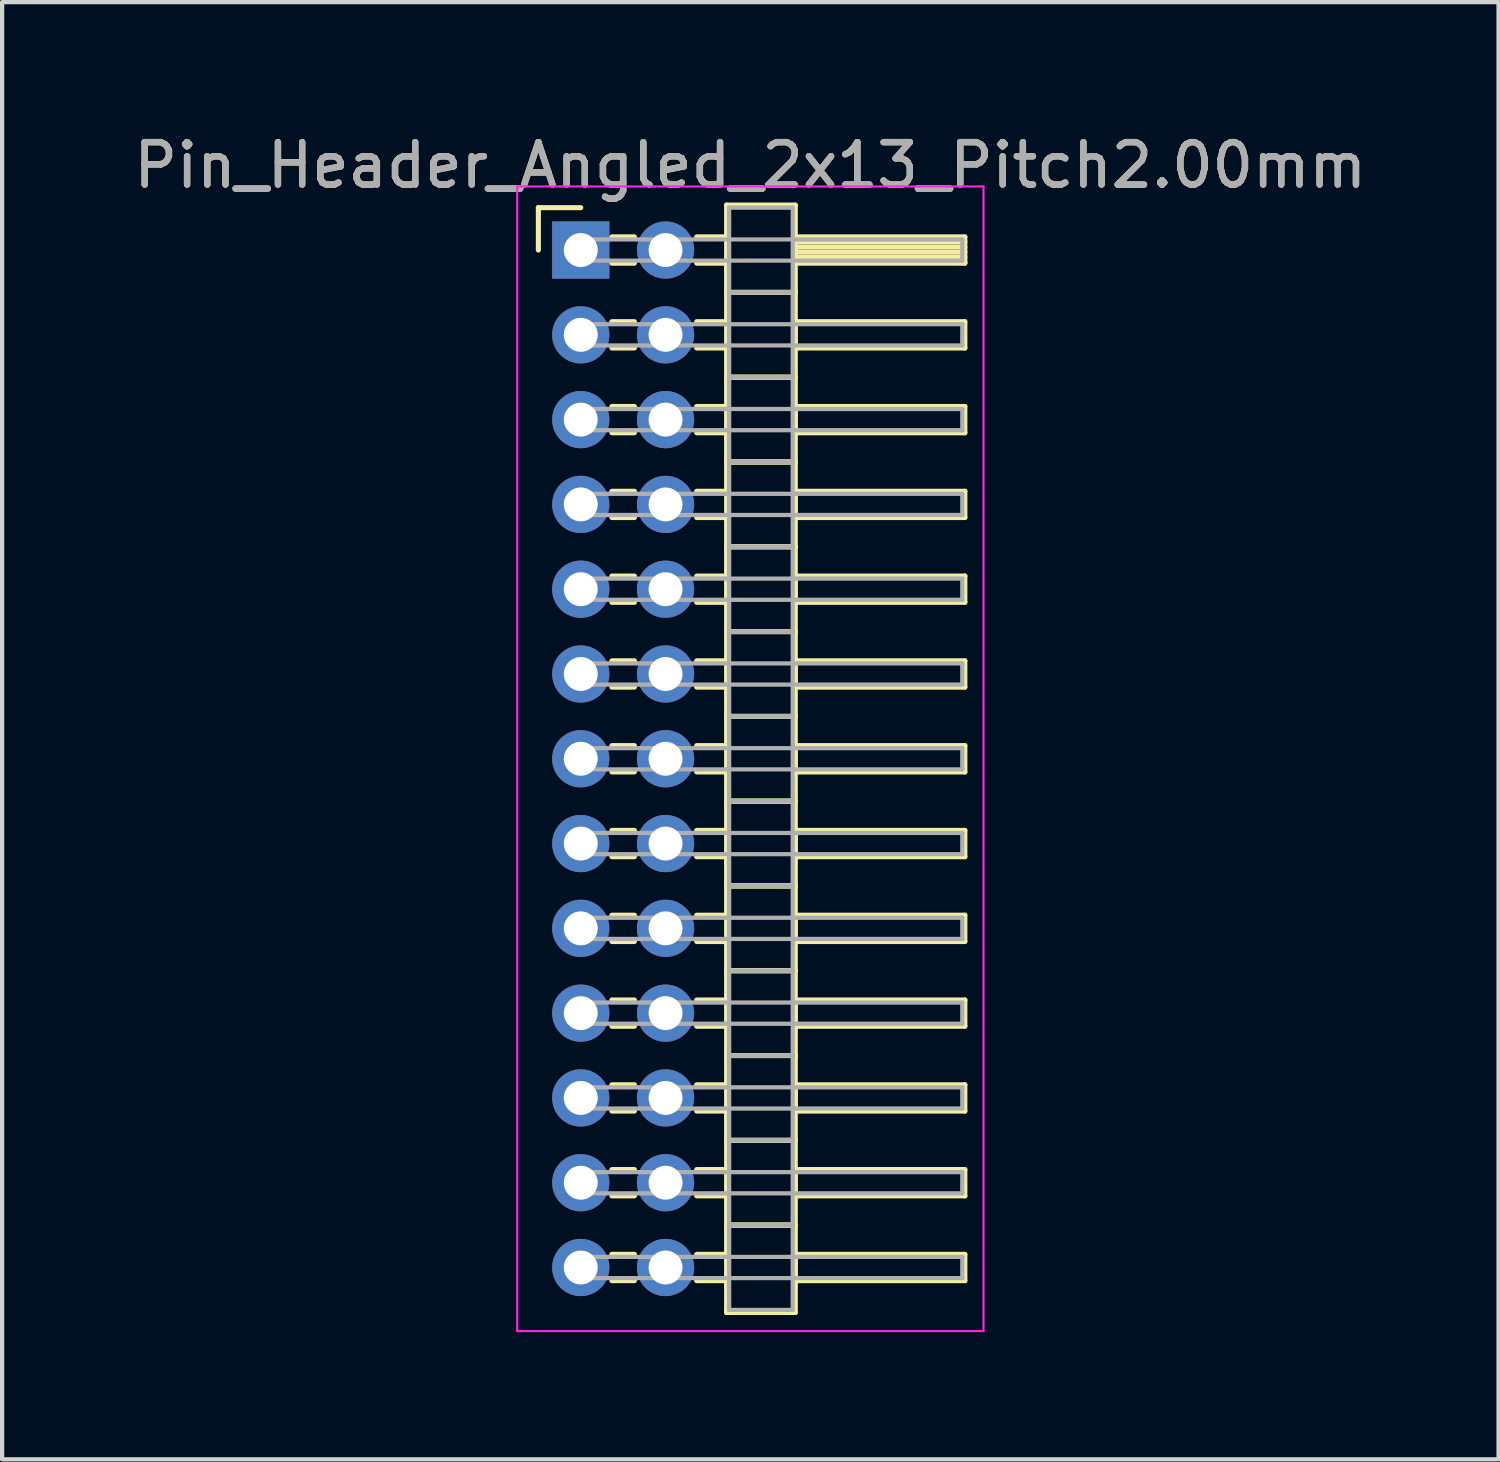
<source format=kicad_pcb>
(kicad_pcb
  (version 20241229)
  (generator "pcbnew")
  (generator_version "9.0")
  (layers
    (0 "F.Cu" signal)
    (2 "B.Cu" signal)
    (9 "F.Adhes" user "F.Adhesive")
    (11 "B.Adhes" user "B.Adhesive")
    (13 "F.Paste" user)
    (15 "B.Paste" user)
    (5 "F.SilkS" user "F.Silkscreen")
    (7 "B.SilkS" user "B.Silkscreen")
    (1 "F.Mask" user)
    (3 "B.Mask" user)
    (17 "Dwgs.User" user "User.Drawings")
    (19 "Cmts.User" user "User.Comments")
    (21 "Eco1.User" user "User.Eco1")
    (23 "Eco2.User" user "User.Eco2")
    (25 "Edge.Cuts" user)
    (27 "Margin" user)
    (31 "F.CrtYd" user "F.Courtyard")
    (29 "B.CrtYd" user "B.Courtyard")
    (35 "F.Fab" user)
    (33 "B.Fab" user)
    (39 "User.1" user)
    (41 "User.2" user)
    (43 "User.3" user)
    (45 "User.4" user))
  (footprint "Pin_Header_Angled_2x13_Pitch2.00mm"
    (layer "F.Cu")
    (at 10.649 2.848)
    (property "Reference" "Pin_Header_Angled_2x13_Pitch2.00mm" (at 4 -2 0) (layer "F.SilkS") (effects (font (size 1 1) (thickness 0.15))))
    (attr through_hole)
    (fp_line (start -1 -1) (end 0 -1) (stroke (width 0.12) (type solid)) (layer "F.SilkS"))
    (fp_line (start -1 0) (end -1 -1) (stroke (width 0.12) (type solid)) (layer "F.SilkS"))
    (fp_line (start 0.735 -0.31) (end 1.265 -0.31) (stroke (width 0.12) (type solid)) (layer "F.SilkS"))
    (fp_line (start 0.735 0.31) (end 1.265 0.31) (stroke (width 0.12) (type solid)) (layer "F.SilkS"))
    (fp_line (start 0.735 1.69) (end 1.265 1.69) (stroke (width 0.12) (type solid)) (layer "F.SilkS"))
    (fp_line (start 0.735 2.31) (end 1.265 2.31) (stroke (width 0.12) (type solid)) (layer "F.SilkS"))
    (fp_line (start 0.735 3.69) (end 1.265 3.69) (stroke (width 0.12) (type solid)) (layer "F.SilkS"))
    (fp_line (start 0.735 4.31) (end 1.265 4.31) (stroke (width 0.12) (type solid)) (layer "F.SilkS"))
    (fp_line (start 0.735 5.69) (end 1.265 5.69) (stroke (width 0.12) (type solid)) (layer "F.SilkS"))
    (fp_line (start 0.735 6.31) (end 1.265 6.31) (stroke (width 0.12) (type solid)) (layer "F.SilkS"))
    (fp_line (start 0.735 7.69) (end 1.265 7.69) (stroke (width 0.12) (type solid)) (layer "F.SilkS"))
    (fp_line (start 0.735 8.31) (end 1.265 8.31) (stroke (width 0.12) (type solid)) (layer "F.SilkS"))
    (fp_line (start 0.735 9.69) (end 1.265 9.69) (stroke (width 0.12) (type solid)) (layer "F.SilkS"))
    (fp_line (start 0.735 10.31) (end 1.265 10.31) (stroke (width 0.12) (type solid)) (layer "F.SilkS"))
    (fp_line (start 0.735 11.69) (end 1.265 11.69) (stroke (width 0.12) (type solid)) (layer "F.SilkS"))
    (fp_line (start 0.735 12.31) (end 1.265 12.31) (stroke (width 0.12) (type solid)) (layer "F.SilkS"))
    (fp_line (start 0.735 13.69) (end 1.265 13.69) (stroke (width 0.12) (type solid)) (layer "F.SilkS"))
    (fp_line (start 0.735 14.31) (end 1.265 14.31) (stroke (width 0.12) (type solid)) (layer "F.SilkS"))
    (fp_line (start 0.735 15.69) (end 1.265 15.69) (stroke (width 0.12) (type solid)) (layer "F.SilkS"))
    (fp_line (start 0.735 16.31) (end 1.265 16.31) (stroke (width 0.12) (type solid)) (layer "F.SilkS"))
    (fp_line (start 0.735 17.69) (end 1.265 17.69) (stroke (width 0.12) (type solid)) (layer "F.SilkS"))
    (fp_line (start 0.735 18.31) (end 1.265 18.31) (stroke (width 0.12) (type solid)) (layer "F.SilkS"))
    (fp_line (start 0.735 19.69) (end 1.265 19.69) (stroke (width 0.12) (type solid)) (layer "F.SilkS"))
    (fp_line (start 0.735 20.31) (end 1.265 20.31) (stroke (width 0.12) (type solid)) (layer "F.SilkS"))
    (fp_line (start 0.735 21.69) (end 1.265 21.69) (stroke (width 0.12) (type solid)) (layer "F.SilkS"))
    (fp_line (start 0.735 22.31) (end 1.265 22.31) (stroke (width 0.12) (type solid)) (layer "F.SilkS"))
    (fp_line (start 0.735 23.69) (end 1.265 23.69) (stroke (width 0.12) (type solid)) (layer "F.SilkS"))
    (fp_line (start 0.735 24.31) (end 1.265 24.31) (stroke (width 0.12) (type solid)) (layer "F.SilkS"))
    (fp_line (start 2.735 -0.31) (end 3.44 -0.31) (stroke (width 0.12) (type solid)) (layer "F.SilkS"))
    (fp_line (start 2.735 0.31) (end 3.44 0.31) (stroke (width 0.12) (type solid)) (layer "F.SilkS"))
    (fp_line (start 2.735 1.69) (end 3.44 1.69) (stroke (width 0.12) (type solid)) (layer "F.SilkS"))
    (fp_line (start 2.735 2.31) (end 3.44 2.31) (stroke (width 0.12) (type solid)) (layer "F.SilkS"))
    (fp_line (start 2.735 3.69) (end 3.44 3.69) (stroke (width 0.12) (type solid)) (layer "F.SilkS"))
    (fp_line (start 2.735 4.31) (end 3.44 4.31) (stroke (width 0.12) (type solid)) (layer "F.SilkS"))
    (fp_line (start 2.735 5.69) (end 3.44 5.69) (stroke (width 0.12) (type solid)) (layer "F.SilkS"))
    (fp_line (start 2.735 6.31) (end 3.44 6.31) (stroke (width 0.12) (type solid)) (layer "F.SilkS"))
    (fp_line (start 2.735 7.69) (end 3.44 7.69) (stroke (width 0.12) (type solid)) (layer "F.SilkS"))
    (fp_line (start 2.735 8.31) (end 3.44 8.31) (stroke (width 0.12) (type solid)) (layer "F.SilkS"))
    (fp_line (start 2.735 9.69) (end 3.44 9.69) (stroke (width 0.12) (type solid)) (layer "F.SilkS"))
    (fp_line (start 2.735 10.31) (end 3.44 10.31) (stroke (width 0.12) (type solid)) (layer "F.SilkS"))
    (fp_line (start 2.735 11.69) (end 3.44 11.69) (stroke (width 0.12) (type solid)) (layer "F.SilkS"))
    (fp_line (start 2.735 12.31) (end 3.44 12.31) (stroke (width 0.12) (type solid)) (layer "F.SilkS"))
    (fp_line (start 2.735 13.69) (end 3.44 13.69) (stroke (width 0.12) (type solid)) (layer "F.SilkS"))
    (fp_line (start 2.735 14.31) (end 3.44 14.31) (stroke (width 0.12) (type solid)) (layer "F.SilkS"))
    (fp_line (start 2.735 15.69) (end 3.44 15.69) (stroke (width 0.12) (type solid)) (layer "F.SilkS"))
    (fp_line (start 2.735 16.31) (end 3.44 16.31) (stroke (width 0.12) (type solid)) (layer "F.SilkS"))
    (fp_line (start 2.735 17.69) (end 3.44 17.69) (stroke (width 0.12) (type solid)) (layer "F.SilkS"))
    (fp_line (start 2.735 18.31) (end 3.44 18.31) (stroke (width 0.12) (type solid)) (layer "F.SilkS"))
    (fp_line (start 2.735 19.69) (end 3.44 19.69) (stroke (width 0.12) (type solid)) (layer "F.SilkS"))
    (fp_line (start 2.735 20.31) (end 3.44 20.31) (stroke (width 0.12) (type solid)) (layer "F.SilkS"))
    (fp_line (start 2.735 21.69) (end 3.44 21.69) (stroke (width 0.12) (type solid)) (layer "F.SilkS"))
    (fp_line (start 2.735 22.31) (end 3.44 22.31) (stroke (width 0.12) (type solid)) (layer "F.SilkS"))
    (fp_line (start 2.735 23.69) (end 3.44 23.69) (stroke (width 0.12) (type solid)) (layer "F.SilkS"))
    (fp_line (start 2.735 24.31) (end 3.44 24.31) (stroke (width 0.12) (type solid)) (layer "F.SilkS"))
    (fp_line (start 3.44 -1.06) (end 3.44 1) (stroke (width 0.12) (type solid)) (layer "F.SilkS"))
    (fp_line (start 3.44 1) (end 3.44 3) (stroke (width 0.12) (type solid)) (layer "F.SilkS"))
    (fp_line (start 3.44 1) (end 5.06 1) (stroke (width 0.12) (type solid)) (layer "F.SilkS"))
    (fp_line (start 3.44 3) (end 3.44 5) (stroke (width 0.12) (type solid)) (layer "F.SilkS"))
    (fp_line (start 3.44 3) (end 5.06 3) (stroke (width 0.12) (type solid)) (layer "F.SilkS"))
    (fp_line (start 3.44 5) (end 3.44 7) (stroke (width 0.12) (type solid)) (layer "F.SilkS"))
    (fp_line (start 3.44 5) (end 5.06 5) (stroke (width 0.12) (type solid)) (layer "F.SilkS"))
    (fp_line (start 3.44 7) (end 3.44 9) (stroke (width 0.12) (type solid)) (layer "F.SilkS"))
    (fp_line (start 3.44 7) (end 5.06 7) (stroke (width 0.12) (type solid)) (layer "F.SilkS"))
    (fp_line (start 3.44 9) (end 3.44 11) (stroke (width 0.12) (type solid)) (layer "F.SilkS"))
    (fp_line (start 3.44 9) (end 5.06 9) (stroke (width 0.12) (type solid)) (layer "F.SilkS"))
    (fp_line (start 3.44 11) (end 3.44 13) (stroke (width 0.12) (type solid)) (layer "F.SilkS"))
    (fp_line (start 3.44 11) (end 5.06 11) (stroke (width 0.12) (type solid)) (layer "F.SilkS"))
    (fp_line (start 3.44 13) (end 3.44 15) (stroke (width 0.12) (type solid)) (layer "F.SilkS"))
    (fp_line (start 3.44 13) (end 5.06 13) (stroke (width 0.12) (type solid)) (layer "F.SilkS"))
    (fp_line (start 3.44 15) (end 3.44 17) (stroke (width 0.12) (type solid)) (layer "F.SilkS"))
    (fp_line (start 3.44 15) (end 5.06 15) (stroke (width 0.12) (type solid)) (layer "F.SilkS"))
    (fp_line (start 3.44 17) (end 3.44 19) (stroke (width 0.12) (type solid)) (layer "F.SilkS"))
    (fp_line (start 3.44 17) (end 5.06 17) (stroke (width 0.12) (type solid)) (layer "F.SilkS"))
    (fp_line (start 3.44 19) (end 3.44 21) (stroke (width 0.12) (type solid)) (layer "F.SilkS"))
    (fp_line (start 3.44 19) (end 5.06 19) (stroke (width 0.12) (type solid)) (layer "F.SilkS"))
    (fp_line (start 3.44 21) (end 3.44 23) (stroke (width 0.12) (type solid)) (layer "F.SilkS"))
    (fp_line (start 3.44 21) (end 5.06 21) (stroke (width 0.12) (type solid)) (layer "F.SilkS"))
    (fp_line (start 3.44 23) (end 3.44 25.06) (stroke (width 0.12) (type solid)) (layer "F.SilkS"))
    (fp_line (start 3.44 23) (end 5.06 23) (stroke (width 0.12) (type solid)) (layer "F.SilkS"))
    (fp_line (start 3.44 25.06) (end 5.06 25.06) (stroke (width 0.12) (type solid)) (layer "F.SilkS"))
    (fp_line (start 5.06 -1.06) (end 3.44 -1.06) (stroke (width 0.12) (type solid)) (layer "F.SilkS"))
    (fp_line (start 5.06 -0.31) (end 5.06 0.31) (stroke (width 0.12) (type solid)) (layer "F.SilkS"))
    (fp_line (start 5.06 -0.19) (end 9.06 -0.19) (stroke (width 0.12) (type solid)) (layer "F.SilkS"))
    (fp_line (start 5.06 -0.07) (end 9.06 -0.07) (stroke (width 0.12) (type solid)) (layer "F.SilkS"))
    (fp_line (start 5.06 0.05) (end 9.06 0.05) (stroke (width 0.12) (type solid)) (layer "F.SilkS"))
    (fp_line (start 5.06 0.17) (end 9.06 0.17) (stroke (width 0.12) (type solid)) (layer "F.SilkS"))
    (fp_line (start 5.06 0.29) (end 9.06 0.29) (stroke (width 0.12) (type solid)) (layer "F.SilkS"))
    (fp_line (start 5.06 0.31) (end 9.06 0.31) (stroke (width 0.12) (type solid)) (layer "F.SilkS"))
    (fp_line (start 5.06 1) (end 3.44 1) (stroke (width 0.12) (type solid)) (layer "F.SilkS"))
    (fp_line (start 5.06 1) (end 5.06 -1.06) (stroke (width 0.12) (type solid)) (layer "F.SilkS"))
    (fp_line (start 5.06 1.69) (end 5.06 2.31) (stroke (width 0.12) (type solid)) (layer "F.SilkS"))
    (fp_line (start 5.06 2.31) (end 9.06 2.31) (stroke (width 0.12) (type solid)) (layer "F.SilkS"))
    (fp_line (start 5.06 3) (end 3.44 3) (stroke (width 0.12) (type solid)) (layer "F.SilkS"))
    (fp_line (start 5.06 3) (end 5.06 1) (stroke (width 0.12) (type solid)) (layer "F.SilkS"))
    (fp_line (start 5.06 3.69) (end 5.06 4.31) (stroke (width 0.12) (type solid)) (layer "F.SilkS"))
    (fp_line (start 5.06 4.31) (end 9.06 4.31) (stroke (width 0.12) (type solid)) (layer "F.SilkS"))
    (fp_line (start 5.06 5) (end 3.44 5) (stroke (width 0.12) (type solid)) (layer "F.SilkS"))
    (fp_line (start 5.06 5) (end 5.06 3) (stroke (width 0.12) (type solid)) (layer "F.SilkS"))
    (fp_line (start 5.06 5.69) (end 5.06 6.31) (stroke (width 0.12) (type solid)) (layer "F.SilkS"))
    (fp_line (start 5.06 6.31) (end 9.06 6.31) (stroke (width 0.12) (type solid)) (layer "F.SilkS"))
    (fp_line (start 5.06 7) (end 3.44 7) (stroke (width 0.12) (type solid)) (layer "F.SilkS"))
    (fp_line (start 5.06 7) (end 5.06 5) (stroke (width 0.12) (type solid)) (layer "F.SilkS"))
    (fp_line (start 5.06 7.69) (end 5.06 8.31) (stroke (width 0.12) (type solid)) (layer "F.SilkS"))
    (fp_line (start 5.06 8.31) (end 9.06 8.31) (stroke (width 0.12) (type solid)) (layer "F.SilkS"))
    (fp_line (start 5.06 9) (end 3.44 9) (stroke (width 0.12) (type solid)) (layer "F.SilkS"))
    (fp_line (start 5.06 9) (end 5.06 7) (stroke (width 0.12) (type solid)) (layer "F.SilkS"))
    (fp_line (start 5.06 9.69) (end 5.06 10.31) (stroke (width 0.12) (type solid)) (layer "F.SilkS"))
    (fp_line (start 5.06 10.31) (end 9.06 10.31) (stroke (width 0.12) (type solid)) (layer "F.SilkS"))
    (fp_line (start 5.06 11) (end 3.44 11) (stroke (width 0.12) (type solid)) (layer "F.SilkS"))
    (fp_line (start 5.06 11) (end 5.06 9) (stroke (width 0.12) (type solid)) (layer "F.SilkS"))
    (fp_line (start 5.06 11.69) (end 5.06 12.31) (stroke (width 0.12) (type solid)) (layer "F.SilkS"))
    (fp_line (start 5.06 12.31) (end 9.06 12.31) (stroke (width 0.12) (type solid)) (layer "F.SilkS"))
    (fp_line (start 5.06 13) (end 3.44 13) (stroke (width 0.12) (type solid)) (layer "F.SilkS"))
    (fp_line (start 5.06 13) (end 5.06 11) (stroke (width 0.12) (type solid)) (layer "F.SilkS"))
    (fp_line (start 5.06 13.69) (end 5.06 14.31) (stroke (width 0.12) (type solid)) (layer "F.SilkS"))
    (fp_line (start 5.06 14.31) (end 9.06 14.31) (stroke (width 0.12) (type solid)) (layer "F.SilkS"))
    (fp_line (start 5.06 15) (end 3.44 15) (stroke (width 0.12) (type solid)) (layer "F.SilkS"))
    (fp_line (start 5.06 15) (end 5.06 13) (stroke (width 0.12) (type solid)) (layer "F.SilkS"))
    (fp_line (start 5.06 15.69) (end 5.06 16.31) (stroke (width 0.12) (type solid)) (layer "F.SilkS"))
    (fp_line (start 5.06 16.31) (end 9.06 16.31) (stroke (width 0.12) (type solid)) (layer "F.SilkS"))
    (fp_line (start 5.06 17) (end 3.44 17) (stroke (width 0.12) (type solid)) (layer "F.SilkS"))
    (fp_line (start 5.06 17) (end 5.06 15) (stroke (width 0.12) (type solid)) (layer "F.SilkS"))
    (fp_line (start 5.06 17.69) (end 5.06 18.31) (stroke (width 0.12) (type solid)) (layer "F.SilkS"))
    (fp_line (start 5.06 18.31) (end 9.06 18.31) (stroke (width 0.12) (type solid)) (layer "F.SilkS"))
    (fp_line (start 5.06 19) (end 3.44 19) (stroke (width 0.12) (type solid)) (layer "F.SilkS"))
    (fp_line (start 5.06 19) (end 5.06 17) (stroke (width 0.12) (type solid)) (layer "F.SilkS"))
    (fp_line (start 5.06 19.69) (end 5.06 20.31) (stroke (width 0.12) (type solid)) (layer "F.SilkS"))
    (fp_line (start 5.06 20.31) (end 9.06 20.31) (stroke (width 0.12) (type solid)) (layer "F.SilkS"))
    (fp_line (start 5.06 21) (end 3.44 21) (stroke (width 0.12) (type solid)) (layer "F.SilkS"))
    (fp_line (start 5.06 21) (end 5.06 19) (stroke (width 0.12) (type solid)) (layer "F.SilkS"))
    (fp_line (start 5.06 21.69) (end 5.06 22.31) (stroke (width 0.12) (type solid)) (layer "F.SilkS"))
    (fp_line (start 5.06 22.31) (end 9.06 22.31) (stroke (width 0.12) (type solid)) (layer "F.SilkS"))
    (fp_line (start 5.06 23) (end 3.44 23) (stroke (width 0.12) (type solid)) (layer "F.SilkS"))
    (fp_line (start 5.06 23) (end 5.06 21) (stroke (width 0.12) (type solid)) (layer "F.SilkS"))
    (fp_line (start 5.06 23.69) (end 5.06 24.31) (stroke (width 0.12) (type solid)) (layer "F.SilkS"))
    (fp_line (start 5.06 24.31) (end 9.06 24.31) (stroke (width 0.12) (type solid)) (layer "F.SilkS"))
    (fp_line (start 5.06 25.06) (end 5.06 23) (stroke (width 0.12) (type solid)) (layer "F.SilkS"))
    (fp_line (start 9.06 -0.31) (end 5.06 -0.31) (stroke (width 0.12) (type solid)) (layer "F.SilkS"))
    (fp_line (start 9.06 0.31) (end 9.06 -0.31) (stroke (width 0.12) (type solid)) (layer "F.SilkS"))
    (fp_line (start 9.06 1.69) (end 5.06 1.69) (stroke (width 0.12) (type solid)) (layer "F.SilkS"))
    (fp_line (start 9.06 2.31) (end 9.06 1.69) (stroke (width 0.12) (type solid)) (layer "F.SilkS"))
    (fp_line (start 9.06 3.69) (end 5.06 3.69) (stroke (width 0.12) (type solid)) (layer "F.SilkS"))
    (fp_line (start 9.06 4.31) (end 9.06 3.69) (stroke (width 0.12) (type solid)) (layer "F.SilkS"))
    (fp_line (start 9.06 5.69) (end 5.06 5.69) (stroke (width 0.12) (type solid)) (layer "F.SilkS"))
    (fp_line (start 9.06 6.31) (end 9.06 5.69) (stroke (width 0.12) (type solid)) (layer "F.SilkS"))
    (fp_line (start 9.06 7.69) (end 5.06 7.69) (stroke (width 0.12) (type solid)) (layer "F.SilkS"))
    (fp_line (start 9.06 8.31) (end 9.06 7.69) (stroke (width 0.12) (type solid)) (layer "F.SilkS"))
    (fp_line (start 9.06 9.69) (end 5.06 9.69) (stroke (width 0.12) (type solid)) (layer "F.SilkS"))
    (fp_line (start 9.06 10.31) (end 9.06 9.69) (stroke (width 0.12) (type solid)) (layer "F.SilkS"))
    (fp_line (start 9.06 11.69) (end 5.06 11.69) (stroke (width 0.12) (type solid)) (layer "F.SilkS"))
    (fp_line (start 9.06 12.31) (end 9.06 11.69) (stroke (width 0.12) (type solid)) (layer "F.SilkS"))
    (fp_line (start 9.06 13.69) (end 5.06 13.69) (stroke (width 0.12) (type solid)) (layer "F.SilkS"))
    (fp_line (start 9.06 14.31) (end 9.06 13.69) (stroke (width 0.12) (type solid)) (layer "F.SilkS"))
    (fp_line (start 9.06 15.69) (end 5.06 15.69) (stroke (width 0.12) (type solid)) (layer "F.SilkS"))
    (fp_line (start 9.06 16.31) (end 9.06 15.69) (stroke (width 0.12) (type solid)) (layer "F.SilkS"))
    (fp_line (start 9.06 17.69) (end 5.06 17.69) (stroke (width 0.12) (type solid)) (layer "F.SilkS"))
    (fp_line (start 9.06 18.31) (end 9.06 17.69) (stroke (width 0.12) (type solid)) (layer "F.SilkS"))
    (fp_line (start 9.06 19.69) (end 5.06 19.69) (stroke (width 0.12) (type solid)) (layer "F.SilkS"))
    (fp_line (start 9.06 20.31) (end 9.06 19.69) (stroke (width 0.12) (type solid)) (layer "F.SilkS"))
    (fp_line (start 9.06 21.69) (end 5.06 21.69) (stroke (width 0.12) (type solid)) (layer "F.SilkS"))
    (fp_line (start 9.06 22.31) (end 9.06 21.69) (stroke (width 0.12) (type solid)) (layer "F.SilkS"))
    (fp_line (start 9.06 23.69) (end 5.06 23.69) (stroke (width 0.12) (type solid)) (layer "F.SilkS"))
    (fp_line (start 9.06 24.31) (end 9.06 23.69) (stroke (width 0.12) (type solid)) (layer "F.SilkS"))
    (fp_line (start -1.5 -1.5) (end -1.5 25.5) (stroke (width 0.05) (type solid)) (layer "F.CrtYd"))
    (fp_line (start -1.5 25.5) (end 9.5 25.5) (stroke (width 0.05) (type solid)) (layer "F.CrtYd"))
    (fp_line (start 9.5 -1.5) (end -1.5 -1.5) (stroke (width 0.05) (type solid)) (layer "F.CrtYd"))
    (fp_line (start 9.5 25.5) (end 9.5 -1.5) (stroke (width 0.05) (type solid)) (layer "F.CrtYd"))
    (fp_line (start 0 -0.25) (end 0 0.25) (stroke (width 0.1) (type solid)) (layer "F.Fab"))
    (fp_line (start 0 0.25) (end 9 0.25) (stroke (width 0.1) (type solid)) (layer "F.Fab"))
    (fp_line (start 0 1.75) (end 0 2.25) (stroke (width 0.1) (type solid)) (layer "F.Fab"))
    (fp_line (start 0 2.25) (end 9 2.25) (stroke (width 0.1) (type solid)) (layer "F.Fab"))
    (fp_line (start 0 3.75) (end 0 4.25) (stroke (width 0.1) (type solid)) (layer "F.Fab"))
    (fp_line (start 0 4.25) (end 9 4.25) (stroke (width 0.1) (type solid)) (layer "F.Fab"))
    (fp_line (start 0 5.75) (end 0 6.25) (stroke (width 0.1) (type solid)) (layer "F.Fab"))
    (fp_line (start 0 6.25) (end 9 6.25) (stroke (width 0.1) (type solid)) (layer "F.Fab"))
    (fp_line (start 0 7.75) (end 0 8.25) (stroke (width 0.1) (type solid)) (layer "F.Fab"))
    (fp_line (start 0 8.25) (end 9 8.25) (stroke (width 0.1) (type solid)) (layer "F.Fab"))
    (fp_line (start 0 9.75) (end 0 10.25) (stroke (width 0.1) (type solid)) (layer "F.Fab"))
    (fp_line (start 0 10.25) (end 9 10.25) (stroke (width 0.1) (type solid)) (layer "F.Fab"))
    (fp_line (start 0 11.75) (end 0 12.25) (stroke (width 0.1) (type solid)) (layer "F.Fab"))
    (fp_line (start 0 12.25) (end 9 12.25) (stroke (width 0.1) (type solid)) (layer "F.Fab"))
    (fp_line (start 0 13.75) (end 0 14.25) (stroke (width 0.1) (type solid)) (layer "F.Fab"))
    (fp_line (start 0 14.25) (end 9 14.25) (stroke (width 0.1) (type solid)) (layer "F.Fab"))
    (fp_line (start 0 15.75) (end 0 16.25) (stroke (width 0.1) (type solid)) (layer "F.Fab"))
    (fp_line (start 0 16.25) (end 9 16.25) (stroke (width 0.1) (type solid)) (layer "F.Fab"))
    (fp_line (start 0 17.75) (end 0 18.25) (stroke (width 0.1) (type solid)) (layer "F.Fab"))
    (fp_line (start 0 18.25) (end 9 18.25) (stroke (width 0.1) (type solid)) (layer "F.Fab"))
    (fp_line (start 0 19.75) (end 0 20.25) (stroke (width 0.1) (type solid)) (layer "F.Fab"))
    (fp_line (start 0 20.25) (end 9 20.25) (stroke (width 0.1) (type solid)) (layer "F.Fab"))
    (fp_line (start 0 21.75) (end 0 22.25) (stroke (width 0.1) (type solid)) (layer "F.Fab"))
    (fp_line (start 0 22.25) (end 9 22.25) (stroke (width 0.1) (type solid)) (layer "F.Fab"))
    (fp_line (start 0 23.75) (end 0 24.25) (stroke (width 0.1) (type solid)) (layer "F.Fab"))
    (fp_line (start 0 24.25) (end 9 24.25) (stroke (width 0.1) (type solid)) (layer "F.Fab"))
    (fp_line (start 3.5 -1) (end 3.5 1) (stroke (width 0.1) (type solid)) (layer "F.Fab"))
    (fp_line (start 3.5 1) (end 3.5 3) (stroke (width 0.1) (type solid)) (layer "F.Fab"))
    (fp_line (start 3.5 1) (end 5 1) (stroke (width 0.1) (type solid)) (layer "F.Fab"))
    (fp_line (start 3.5 3) (end 3.5 5) (stroke (width 0.1) (type solid)) (layer "F.Fab"))
    (fp_line (start 3.5 3) (end 5 3) (stroke (width 0.1) (type solid)) (layer "F.Fab"))
    (fp_line (start 3.5 5) (end 3.5 7) (stroke (width 0.1) (type solid)) (layer "F.Fab"))
    (fp_line (start 3.5 5) (end 5 5) (stroke (width 0.1) (type solid)) (layer "F.Fab"))
    (fp_line (start 3.5 7) (end 3.5 9) (stroke (width 0.1) (type solid)) (layer "F.Fab"))
    (fp_line (start 3.5 7) (end 5 7) (stroke (width 0.1) (type solid)) (layer "F.Fab"))
    (fp_line (start 3.5 9) (end 3.5 11) (stroke (width 0.1) (type solid)) (layer "F.Fab"))
    (fp_line (start 3.5 9) (end 5 9) (stroke (width 0.1) (type solid)) (layer "F.Fab"))
    (fp_line (start 3.5 11) (end 3.5 13) (stroke (width 0.1) (type solid)) (layer "F.Fab"))
    (fp_line (start 3.5 11) (end 5 11) (stroke (width 0.1) (type solid)) (layer "F.Fab"))
    (fp_line (start 3.5 13) (end 3.5 15) (stroke (width 0.1) (type solid)) (layer "F.Fab"))
    (fp_line (start 3.5 13) (end 5 13) (stroke (width 0.1) (type solid)) (layer "F.Fab"))
    (fp_line (start 3.5 15) (end 3.5 17) (stroke (width 0.1) (type solid)) (layer "F.Fab"))
    (fp_line (start 3.5 15) (end 5 15) (stroke (width 0.1) (type solid)) (layer "F.Fab"))
    (fp_line (start 3.5 17) (end 3.5 19) (stroke (width 0.1) (type solid)) (layer "F.Fab"))
    (fp_line (start 3.5 17) (end 5 17) (stroke (width 0.1) (type solid)) (layer "F.Fab"))
    (fp_line (start 3.5 19) (end 3.5 21) (stroke (width 0.1) (type solid)) (layer "F.Fab"))
    (fp_line (start 3.5 19) (end 5 19) (stroke (width 0.1) (type solid)) (layer "F.Fab"))
    (fp_line (start 3.5 21) (end 3.5 23) (stroke (width 0.1) (type solid)) (layer "F.Fab"))
    (fp_line (start 3.5 21) (end 5 21) (stroke (width 0.1) (type solid)) (layer "F.Fab"))
    (fp_line (start 3.5 23) (end 3.5 25) (stroke (width 0.1) (type solid)) (layer "F.Fab"))
    (fp_line (start 3.5 23) (end 5 23) (stroke (width 0.1) (type solid)) (layer "F.Fab"))
    (fp_line (start 3.5 25) (end 5 25) (stroke (width 0.1) (type solid)) (layer "F.Fab"))
    (fp_line (start 5 -1) (end 3.5 -1) (stroke (width 0.1) (type solid)) (layer "F.Fab"))
    (fp_line (start 5 1) (end 3.5 1) (stroke (width 0.1) (type solid)) (layer "F.Fab"))
    (fp_line (start 5 1) (end 5 -1) (stroke (width 0.1) (type solid)) (layer "F.Fab"))
    (fp_line (start 5 3) (end 3.5 3) (stroke (width 0.1) (type solid)) (layer "F.Fab"))
    (fp_line (start 5 3) (end 5 1) (stroke (width 0.1) (type solid)) (layer "F.Fab"))
    (fp_line (start 5 5) (end 3.5 5) (stroke (width 0.1) (type solid)) (layer "F.Fab"))
    (fp_line (start 5 5) (end 5 3) (stroke (width 0.1) (type solid)) (layer "F.Fab"))
    (fp_line (start 5 7) (end 3.5 7) (stroke (width 0.1) (type solid)) (layer "F.Fab"))
    (fp_line (start 5 7) (end 5 5) (stroke (width 0.1) (type solid)) (layer "F.Fab"))
    (fp_line (start 5 9) (end 3.5 9) (stroke (width 0.1) (type solid)) (layer "F.Fab"))
    (fp_line (start 5 9) (end 5 7) (stroke (width 0.1) (type solid)) (layer "F.Fab"))
    (fp_line (start 5 11) (end 3.5 11) (stroke (width 0.1) (type solid)) (layer "F.Fab"))
    (fp_line (start 5 11) (end 5 9) (stroke (width 0.1) (type solid)) (layer "F.Fab"))
    (fp_line (start 5 13) (end 3.5 13) (stroke (width 0.1) (type solid)) (layer "F.Fab"))
    (fp_line (start 5 13) (end 5 11) (stroke (width 0.1) (type solid)) (layer "F.Fab"))
    (fp_line (start 5 15) (end 3.5 15) (stroke (width 0.1) (type solid)) (layer "F.Fab"))
    (fp_line (start 5 15) (end 5 13) (stroke (width 0.1) (type solid)) (layer "F.Fab"))
    (fp_line (start 5 17) (end 3.5 17) (stroke (width 0.1) (type solid)) (layer "F.Fab"))
    (fp_line (start 5 17) (end 5 15) (stroke (width 0.1) (type solid)) (layer "F.Fab"))
    (fp_line (start 5 19) (end 3.5 19) (stroke (width 0.1) (type solid)) (layer "F.Fab"))
    (fp_line (start 5 19) (end 5 17) (stroke (width 0.1) (type solid)) (layer "F.Fab"))
    (fp_line (start 5 21) (end 3.5 21) (stroke (width 0.1) (type solid)) (layer "F.Fab"))
    (fp_line (start 5 21) (end 5 19) (stroke (width 0.1) (type solid)) (layer "F.Fab"))
    (fp_line (start 5 23) (end 3.5 23) (stroke (width 0.1) (type solid)) (layer "F.Fab"))
    (fp_line (start 5 23) (end 5 21) (stroke (width 0.1) (type solid)) (layer "F.Fab"))
    (fp_line (start 5 25) (end 5 23) (stroke (width 0.1) (type solid)) (layer "F.Fab"))
    (fp_line (start 9 -0.25) (end 0 -0.25) (stroke (width 0.1) (type solid)) (layer "F.Fab"))
    (fp_line (start 9 0.25) (end 9 -0.25) (stroke (width 0.1) (type solid)) (layer "F.Fab"))
    (fp_line (start 9 1.75) (end 0 1.75) (stroke (width 0.1) (type solid)) (layer "F.Fab"))
    (fp_line (start 9 2.25) (end 9 1.75) (stroke (width 0.1) (type solid)) (layer "F.Fab"))
    (fp_line (start 9 3.75) (end 0 3.75) (stroke (width 0.1) (type solid)) (layer "F.Fab"))
    (fp_line (start 9 4.25) (end 9 3.75) (stroke (width 0.1) (type solid)) (layer "F.Fab"))
    (fp_line (start 9 5.75) (end 0 5.75) (stroke (width 0.1) (type solid)) (layer "F.Fab"))
    (fp_line (start 9 6.25) (end 9 5.75) (stroke (width 0.1) (type solid)) (layer "F.Fab"))
    (fp_line (start 9 7.75) (end 0 7.75) (stroke (width 0.1) (type solid)) (layer "F.Fab"))
    (fp_line (start 9 8.25) (end 9 7.75) (stroke (width 0.1) (type solid)) (layer "F.Fab"))
    (fp_line (start 9 9.75) (end 0 9.75) (stroke (width 0.1) (type solid)) (layer "F.Fab"))
    (fp_line (start 9 10.25) (end 9 9.75) (stroke (width 0.1) (type solid)) (layer "F.Fab"))
    (fp_line (start 9 11.75) (end 0 11.75) (stroke (width 0.1) (type solid)) (layer "F.Fab"))
    (fp_line (start 9 12.25) (end 9 11.75) (stroke (width 0.1) (type solid)) (layer "F.Fab"))
    (fp_line (start 9 13.75) (end 0 13.75) (stroke (width 0.1) (type solid)) (layer "F.Fab"))
    (fp_line (start 9 14.25) (end 9 13.75) (stroke (width 0.1) (type solid)) (layer "F.Fab"))
    (fp_line (start 9 15.75) (end 0 15.75) (stroke (width 0.1) (type solid)) (layer "F.Fab"))
    (fp_line (start 9 16.25) (end 9 15.75) (stroke (width 0.1) (type solid)) (layer "F.Fab"))
    (fp_line (start 9 17.75) (end 0 17.75) (stroke (width 0.1) (type solid)) (layer "F.Fab"))
    (fp_line (start 9 18.25) (end 9 17.75) (stroke (width 0.1) (type solid)) (layer "F.Fab"))
    (fp_line (start 9 19.75) (end 0 19.75) (stroke (width 0.1) (type solid)) (layer "F.Fab"))
    (fp_line (start 9 20.25) (end 9 19.75) (stroke (width 0.1) (type solid)) (layer "F.Fab"))
    (fp_line (start 9 21.75) (end 0 21.75) (stroke (width 0.1) (type solid)) (layer "F.Fab"))
    (fp_line (start 9 22.25) (end 9 21.75) (stroke (width 0.1) (type solid)) (layer "F.Fab"))
    (fp_line (start 9 23.75) (end 0 23.75) (stroke (width 0.1) (type solid)) (layer "F.Fab"))
    (fp_line (start 9 24.25) (end 9 23.75) (stroke (width 0.1) (type solid)) (layer "F.Fab"))
    (fp_text user "${REFERENCE}" (at 4 -2 0) (layer "F.Fab") (effects (font (size 1 1) (thickness 0.15))))
    (pad "1" thru_hole rect (at 0 0) (size 1.35 1.35) (drill 0.8) (layers "*.Cu" "*.Mask"))
    (pad "2" thru_hole oval (at 2 0) (size 1.35 1.35) (drill 0.8) (layers "*.Cu" "*.Mask"))
    (pad "3" thru_hole oval (at 0 2) (size 1.35 1.35) (drill 0.8) (layers "*.Cu" "*.Mask"))
    (pad "4" thru_hole oval (at 2 2) (size 1.35 1.35) (drill 0.8) (layers "*.Cu" "*.Mask"))
    (pad "5" thru_hole oval (at 0 4) (size 1.35 1.35) (drill 0.8) (layers "*.Cu" "*.Mask"))
    (pad "6" thru_hole oval (at 2 4) (size 1.35 1.35) (drill 0.8) (layers "*.Cu" "*.Mask"))
    (pad "7" thru_hole oval (at 0 6) (size 1.35 1.35) (drill 0.8) (layers "*.Cu" "*.Mask"))
    (pad "8" thru_hole oval (at 2 6) (size 1.35 1.35) (drill 0.8) (layers "*.Cu" "*.Mask"))
    (pad "9" thru_hole oval (at 0 8) (size 1.35 1.35) (drill 0.8) (layers "*.Cu" "*.Mask"))
    (pad "10" thru_hole oval (at 2 8) (size 1.35 1.35) (drill 0.8) (layers "*.Cu" "*.Mask"))
    (pad "11" thru_hole oval (at 0 10) (size 1.35 1.35) (drill 0.8) (layers "*.Cu" "*.Mask"))
    (pad "12" thru_hole oval (at 2 10) (size 1.35 1.35) (drill 0.8) (layers "*.Cu" "*.Mask"))
    (pad "13" thru_hole oval (at 0 12) (size 1.35 1.35) (drill 0.8) (layers "*.Cu" "*.Mask"))
    (pad "14" thru_hole oval (at 2 12) (size 1.35 1.35) (drill 0.8) (layers "*.Cu" "*.Mask"))
    (pad "15" thru_hole oval (at 0 14) (size 1.35 1.35) (drill 0.8) (layers "*.Cu" "*.Mask"))
    (pad "16" thru_hole oval (at 2 14) (size 1.35 1.35) (drill 0.8) (layers "*.Cu" "*.Mask"))
    (pad "17" thru_hole oval (at 0 16) (size 1.35 1.35) (drill 0.8) (layers "*.Cu" "*.Mask"))
    (pad "18" thru_hole oval (at 2 16) (size 1.35 1.35) (drill 0.8) (layers "*.Cu" "*.Mask"))
    (pad "19" thru_hole oval (at 0 18) (size 1.35 1.35) (drill 0.8) (layers "*.Cu" "*.Mask"))
    (pad "20" thru_hole oval (at 2 18) (size 1.35 1.35) (drill 0.8) (layers "*.Cu" "*.Mask"))
    (pad "21" thru_hole oval (at 0 20) (size 1.35 1.35) (drill 0.8) (layers "*.Cu" "*.Mask"))
    (pad "22" thru_hole oval (at 2 20) (size 1.35 1.35) (drill 0.8) (layers "*.Cu" "*.Mask"))
    (pad "23" thru_hole oval (at 0 22) (size 1.35 1.35) (drill 0.8) (layers "*.Cu" "*.Mask"))
    (pad "24" thru_hole oval (at 2 22) (size 1.35 1.35) (drill 0.8) (layers "*.Cu" "*.Mask"))
    (pad "25" thru_hole oval (at 0 24) (size 1.35 1.35) (drill 0.8) (layers "*.Cu" "*.Mask"))
    (pad "26" thru_hole oval (at 2 24) (size 1.35 1.35) (drill 0.8) (layers "*.Cu" "*.Mask")))
  (gr_rect
    (start -3 -3)
    (end 32.298 31.373)
    (stroke (width 0.1) (type default))
    (fill no)
    (layer "Edge.Cuts")))
</source>
